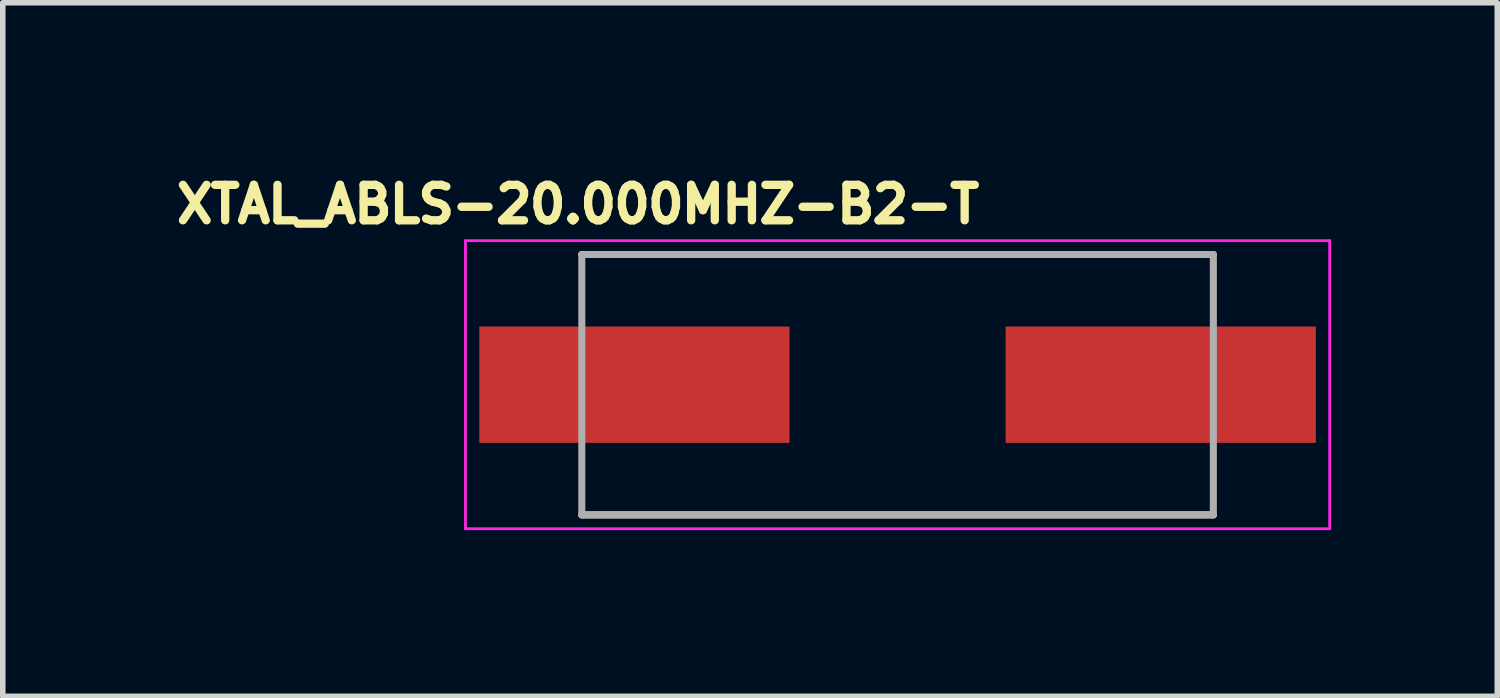
<source format=kicad_pcb>
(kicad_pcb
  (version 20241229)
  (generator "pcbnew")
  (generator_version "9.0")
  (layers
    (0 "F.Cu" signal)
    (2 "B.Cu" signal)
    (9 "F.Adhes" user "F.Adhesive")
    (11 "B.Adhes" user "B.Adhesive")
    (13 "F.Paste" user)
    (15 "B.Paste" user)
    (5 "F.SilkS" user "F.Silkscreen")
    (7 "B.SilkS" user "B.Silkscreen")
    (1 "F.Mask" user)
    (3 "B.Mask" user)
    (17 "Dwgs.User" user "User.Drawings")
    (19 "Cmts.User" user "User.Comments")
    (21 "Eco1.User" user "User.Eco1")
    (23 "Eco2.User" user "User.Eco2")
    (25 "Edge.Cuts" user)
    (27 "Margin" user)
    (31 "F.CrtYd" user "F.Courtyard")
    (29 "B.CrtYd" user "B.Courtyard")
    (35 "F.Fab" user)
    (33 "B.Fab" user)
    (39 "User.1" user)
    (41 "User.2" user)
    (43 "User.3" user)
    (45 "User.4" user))
  (footprint "XTAL_ABLS-20.000MHZ-B2-T"
    (layer "F.Cu")
    (at 13.152 3.894)
    (property "Reference" "XTAL_ABLS-20.000MHZ-B2-T" (at -5.768 -3.256 0) (layer "F.SilkS") (effects (font (size 0.64 0.64) (thickness 0.15))))
    (attr smd)
    (fp_line (start -5.7 -2.35) (end 5.7 -2.35) (stroke (width 0.127) (type solid)) (layer "F.SilkS"))
    (fp_line (start -5.7 2.35) (end 5.7 2.35) (stroke (width 0.127) (type solid)) (layer "F.SilkS"))
    (fp_line (start -7.8 -2.6) (end -7.8 2.6) (stroke (width 0.05) (type solid)) (layer "F.CrtYd"))
    (fp_line (start -7.8 2.6) (end 7.8 2.6) (stroke (width 0.05) (type solid)) (layer "F.CrtYd"))
    (fp_line (start 7.8 -2.6) (end -7.8 -2.6) (stroke (width 0.05) (type solid)) (layer "F.CrtYd"))
    (fp_line (start 7.8 2.6) (end 7.8 -2.6) (stroke (width 0.05) (type solid)) (layer "F.CrtYd"))
    (fp_line (start -5.7 -2.35) (end -5.7 2.35) (stroke (width 0.127) (type solid)) (layer "F.Fab"))
    (fp_line (start -5.7 -2.35) (end 5.7 -2.35) (stroke (width 0.127) (type solid)) (layer "F.Fab"))
    (fp_line (start -5.7 2.35) (end 5.7 2.35) (stroke (width 0.127) (type solid)) (layer "F.Fab"))
    (fp_line (start 5.7 -2.35) (end 5.7 2.35) (stroke (width 0.127) (type solid)) (layer "F.Fab"))
    (pad "1" smd rect (at -4.75 0) (size 5.6 2.1) (layers "F.Cu" "F.Mask" "F.Paste"))
    (pad "2" smd rect (at 4.75 0) (size 5.6 2.1) (layers "F.Cu" "F.Mask" "F.Paste")))
  (gr_rect
    (start -3 -3)
    (end 23.977 9.519)
    (stroke (width 0.1) (type default))
    (fill no)
    (layer "Edge.Cuts")))
</source>
